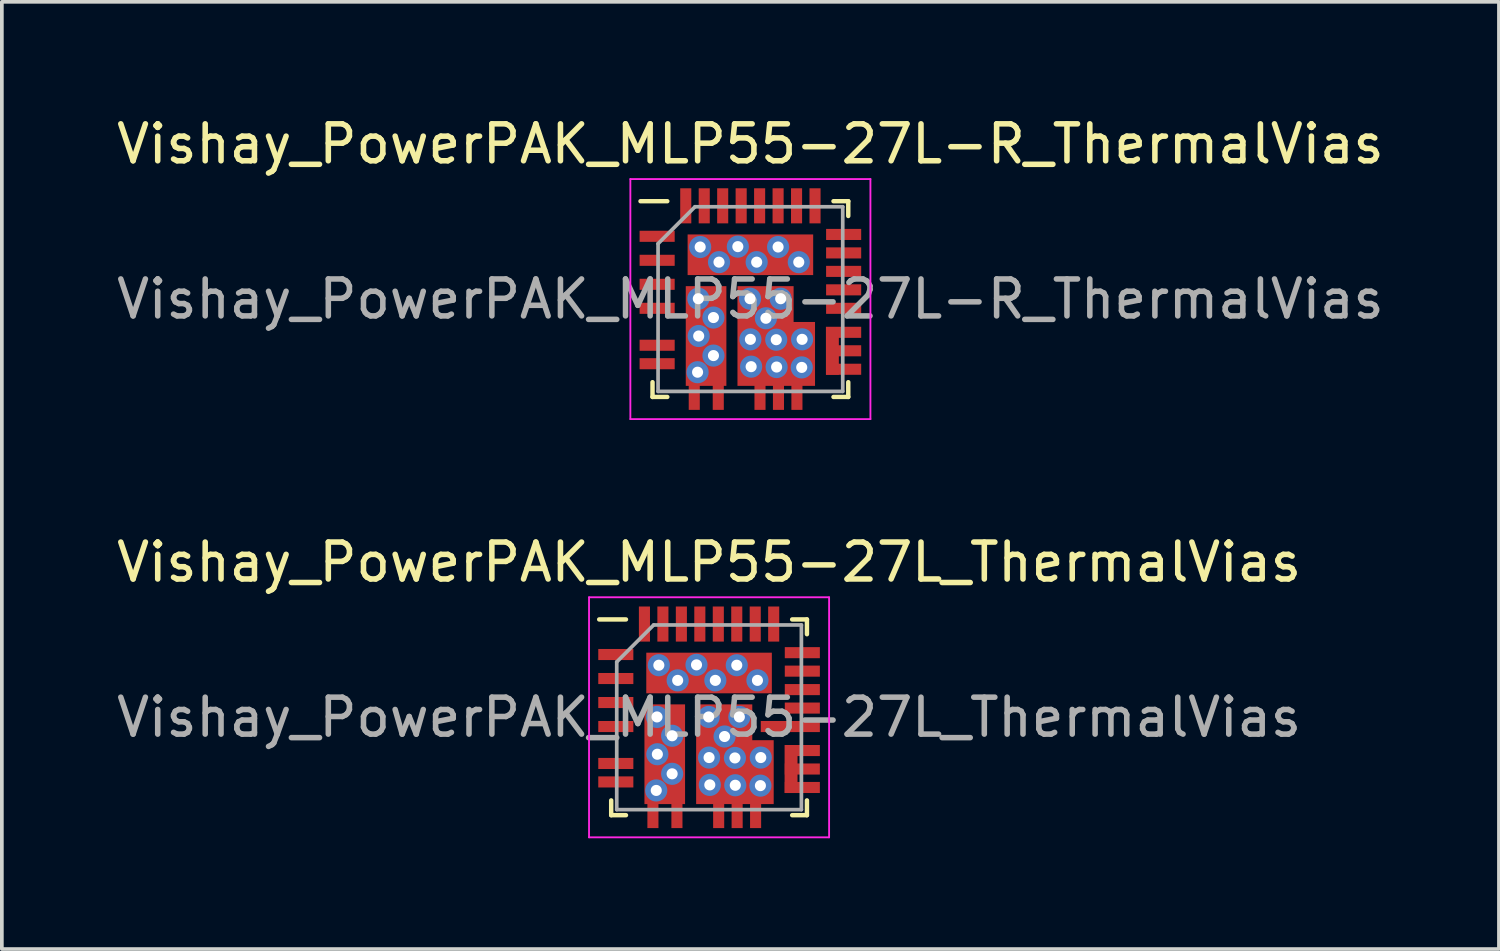
<source format=kicad_pcb>
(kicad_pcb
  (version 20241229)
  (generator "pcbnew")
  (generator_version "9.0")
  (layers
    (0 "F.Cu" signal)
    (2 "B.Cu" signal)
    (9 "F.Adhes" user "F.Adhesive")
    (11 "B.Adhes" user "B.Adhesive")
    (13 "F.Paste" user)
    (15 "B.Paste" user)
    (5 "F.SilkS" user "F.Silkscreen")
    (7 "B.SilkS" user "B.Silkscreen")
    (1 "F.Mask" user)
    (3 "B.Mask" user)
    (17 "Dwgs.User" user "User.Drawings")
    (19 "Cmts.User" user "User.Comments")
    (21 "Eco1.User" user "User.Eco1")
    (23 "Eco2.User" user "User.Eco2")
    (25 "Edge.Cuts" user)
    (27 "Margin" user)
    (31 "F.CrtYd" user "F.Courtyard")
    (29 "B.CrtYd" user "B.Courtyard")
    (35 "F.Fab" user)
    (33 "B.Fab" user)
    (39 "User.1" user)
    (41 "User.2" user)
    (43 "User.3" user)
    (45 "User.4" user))
  (footprint "Vishay_PowerPAK_MLP55-27L-R_ThermalVias"
    (layer "F.Cu")
    (at 17.268 5.048)
    (property "Reference" "Vishay_PowerPAK_MLP55-27L-R_ThermalVias" (at 0 -4.2 0) (layer "F.SilkS") (effects (font (size 1 1) (thickness 0.15))))
    (attr smd)
    (fp_line (start -2.65 2.65) (end -2.65 2.25) (stroke (width 0.12) (type solid)) (layer "F.SilkS"))
    (fp_line (start -2.25 -2.65) (end -2.975 -2.65) (stroke (width 0.12) (type solid)) (layer "F.SilkS"))
    (fp_line (start -2.25 2.65) (end -2.65 2.65) (stroke (width 0.12) (type solid)) (layer "F.SilkS"))
    (fp_line (start 2.25 -2.65) (end 2.65 -2.65) (stroke (width 0.12) (type solid)) (layer "F.SilkS"))
    (fp_line (start 2.25 2.65) (end 2.65 2.65) (stroke (width 0.12) (type solid)) (layer "F.SilkS"))
    (fp_line (start 2.65 -2.65) (end 2.65 -2.25) (stroke (width 0.12) (type solid)) (layer "F.SilkS"))
    (fp_line (start 2.65 2.65) (end 2.65 2.25) (stroke (width 0.12) (type solid)) (layer "F.SilkS"))
    (fp_line (start -3.25 -3.25) (end 3.25 -3.25) (stroke (width 0.05) (type solid)) (layer "F.CrtYd"))
    (fp_line (start -3.25 3.25) (end -3.25 -3.25) (stroke (width 0.05) (type solid)) (layer "F.CrtYd"))
    (fp_line (start 3.25 -3.25) (end 3.25 3.25) (stroke (width 0.05) (type solid)) (layer "F.CrtYd"))
    (fp_line (start 3.25 3.25) (end -3.25 3.25) (stroke (width 0.05) (type solid)) (layer "F.CrtYd"))
    (fp_line (start -2.5 -1.5) (end -2.5 2.5) (stroke (width 0.1) (type solid)) (layer "F.Fab"))
    (fp_line (start -2.5 2.5) (end 2.5 2.5) (stroke (width 0.1) (type solid)) (layer "F.Fab"))
    (fp_line (start -1.5 -2.5) (end -2.5 -1.5) (stroke (width 0.1) (type solid)) (layer "F.Fab"))
    (fp_line (start 2.5 -2.5) (end -1.5 -2.5) (stroke (width 0.1) (type solid)) (layer "F.Fab"))
    (fp_line (start 2.5 2.5) (end 2.5 -2.5) (stroke (width 0.1) (type solid)) (layer "F.Fab"))
    (fp_text user "${REFERENCE}" (at 0 0 0) (layer "F.Fab") (effects (font (size 1 1) (thickness 0.15))))
    (pad "1" smd rect (at -2.525 -1.7 90) (size 0.3 0.95) (layers "F.Cu" "F.Mask" "F.Paste"))
    (pad "2" smd rect (at -2.525 -1.05 90) (size 0.3 0.95) (layers "F.Cu" "F.Mask" "F.Paste"))
    (pad "3" smd rect (at -2.525 -0.4 90) (size 0.3 0.95) (layers "F.Cu" "F.Mask" "F.Paste"))
    (pad "4" smd rect (at -2.525 0.25 90) (size 0.3 0.95) (layers "F.Cu" "F.Mask" "F.Paste"))
    (pad "5" smd rect (at -2.525 1.25 90) (size 0.3 0.95) (layers "F.Cu" "F.Mask" "F.Paste"))
    (pad "6" smd rect (at -2.525 1.75 90) (size 0.3 0.95) (layers "F.Cu" "F.Mask" "F.Paste"))
    (pad "7" smd rect (at -1.52 2.525) (size 0.3 0.95) (layers "F.Cu" "F.Mask" "F.Paste"))
    (pad "8" smd rect (at -0.87 2.525) (size 0.3 0.95) (layers "F.Cu" "F.Mask" "F.Paste"))
    (pad "9" smd rect (at 0.26 2.525) (size 0.3 0.95) (layers "F.Cu" "F.Mask" "F.Paste"))
    (pad "10" smd rect (at 0.76 2.525) (size 0.3 0.95) (layers "F.Cu" "F.Mask" "F.Paste"))
    (pad "11" smd rect (at 1.26 2.525) (size 0.3 0.95) (layers "F.Cu" "F.Mask" "F.Paste"))
    (pad "12" smd rect (at 2.525 1.9 90) (size 0.3 0.95) (layers "F.Cu" "F.Mask" "F.Paste"))
    (pad "13" smd rect (at 2.525 1.4 90) (size 0.3 0.95) (layers "F.Cu" "F.Mask" "F.Paste"))
    (pad "14" smd custom (at 2.525 0.9 90) (size 0.3 0.95) (layers "F.Cu" "F.Mask" "F.Paste") (options (anchor rect)) (primitives (gr_poly (pts (xy 0.15 -0.48) (xy 0.15 -0.13) (xy -1.15 -0.13) (xy -1.15 -0.48)) (width 0) (fill yes))))
    (pad "15" smd rect (at 2.525 0.25 90) (size 0.3 0.95) (layers "F.Cu" "F.Mask" "F.Paste"))
    (pad "16" smd rect (at 2.525 -0.25 90) (size 0.3 0.95) (layers "F.Cu" "F.Mask" "F.Paste"))
    (pad "17" smd rect (at 2.525 -0.75 90) (size 0.3 0.95) (layers "F.Cu" "F.Mask" "F.Paste"))
    (pad "18" smd rect (at 2.525 -1.25 90) (size 0.3 0.95) (layers "F.Cu" "F.Mask" "F.Paste"))
    (pad "19" smd rect (at 2.525 -1.75 90) (size 0.3 0.95) (layers "F.Cu" "F.Mask" "F.Paste"))
    (pad "20" smd rect (at 1.75 -2.525) (size 0.3 0.95) (layers "F.Cu" "F.Mask" "F.Paste"))
    (pad "21" smd rect (at 1.25 -2.525) (size 0.3 0.95) (layers "F.Cu" "F.Mask" "F.Paste"))
    (pad "22" smd rect (at 0.75 -2.525) (size 0.3 0.95) (layers "F.Cu" "F.Mask" "F.Paste"))
    (pad "23" smd rect (at 0.25 -2.525) (size 0.3 0.95) (layers "F.Cu" "F.Mask" "F.Paste"))
    (pad "24" smd rect (at -0.25 -2.525) (size 0.3 0.95) (layers "F.Cu" "F.Mask" "F.Paste"))
    (pad "25" smd rect (at -0.75 -2.525) (size 0.3 0.95) (layers "F.Cu" "F.Mask" "F.Paste"))
    (pad "26" smd rect (at -1.25 -2.525) (size 0.3 0.95) (layers "F.Cu" "F.Mask" "F.Paste"))
    (pad "27" smd rect (at -1.75 -2.525) (size 0.3 0.95) (layers "F.Cu" "F.Mask" "F.Paste"))
    (pad "28" thru_hole circle (at -1.36 -1.41) (size 0.6 0.6) (drill 0.3) (layers "*.Cu" "*.Mask"))
    (pad "28" thru_hole circle (at -0.85 -1) (size 0.6 0.6) (drill 0.3) (layers "*.Cu" "*.Mask"))
    (pad "28" thru_hole circle (at -0.34 -1.42) (size 0.6 0.6) (drill 0.3) (layers "*.Cu" "*.Mask"))
    (pad "28" smd rect (at 0 -1.2 180) (size 3.4 1.1) (layers "F.Cu" "F.Mask" "F.Paste"))
    (pad "28" thru_hole circle (at 0.17 -1) (size 0.6 0.6) (drill 0.3) (layers "*.Cu" "*.Mask"))
    (pad "28" thru_hole circle (at 0.75 -1.41) (size 0.6 0.6) (drill 0.3) (layers "*.Cu" "*.Mask"))
    (pad "28" thru_hole circle (at 1.31 -1) (size 0.6 0.6) (drill 0.3) (layers "*.Cu" "*.Mask"))
    (pad "29" thru_hole circle (at -1.43 1.98) (size 0.6 0.6) (drill 0.3) (layers "*.Cu" "*.Mask"))
    (pad "29" thru_hole circle (at -1.41 -0.01) (size 0.6 0.6) (drill 0.3) (layers "*.Cu" "*.Mask"))
    (pad "29" thru_hole circle (at -1.4 1) (size 0.6 0.6) (drill 0.3) (layers "*.Cu" "*.Mask"))
    (pad "29" smd rect (at -1.2 1 180) (size 1.1 2.7) (layers "F.Cu" "F.Mask" "F.Paste"))
    (pad "29" thru_hole circle (at -1 0.5) (size 0.6 0.6) (drill 0.3) (layers "*.Cu" "*.Mask"))
    (pad "29" thru_hole circle (at -1 1.53) (size 0.6 0.6) (drill 0.3) (layers "*.Cu" "*.Mask"))
    (pad "30" smd custom (at -0.05 -0.05) (size 0.6 0.6) (layers "F.Cu" "F.Mask" "F.Paste") (options (anchor rect)) (primitives (gr_poly (pts (xy -0.3 -0.3) (xy 1.22 -0.3) (xy 1.22 0.67) (xy 1.8 0.67) (xy 1.8 2.4) (xy -0.3 2.4)) (width 0) (fill yes))))
    (pad "30" thru_hole circle (at -0.01 -0.01) (size 0.6 0.6) (drill 0.3) (layers "*.Cu" "*.Mask"))
    (pad "30" thru_hole circle (at 0 1.09) (size 0.6 0.6) (drill 0.3) (layers "*.Cu" "*.Mask"))
    (pad "30" thru_hole circle (at 0.02 1.83) (size 0.6 0.6) (drill 0.3) (layers "*.Cu" "*.Mask"))
    (pad "30" thru_hole circle (at 0.42 0.52) (size 0.6 0.6) (drill 0.3) (layers "*.Cu" "*.Mask"))
    (pad "30" thru_hole circle (at 0.7 1.1) (size 0.6 0.6) (drill 0.3) (layers "*.Cu" "*.Mask"))
    (pad "30" thru_hole circle (at 0.71 1.84) (size 0.6 0.6) (drill 0.3) (layers "*.Cu" "*.Mask"))
    (pad "30" thru_hole circle (at 0.82 -0.01) (size 0.6 0.6) (drill 0.3) (layers "*.Cu" "*.Mask"))
    (pad "30" thru_hole circle (at 1.39 1.85) (size 0.6 0.6) (drill 0.3) (layers "*.Cu" "*.Mask"))
    (pad "30" thru_hole circle (at 1.4 1.09) (size 0.6 0.6) (drill 0.3) (layers "*.Cu" "*.Mask")))
  (footprint "Vishay_PowerPAK_MLP55-27L_ThermalVias"
    (layer "F.Cu")
    (at 16.149 16.372)
    (property "Reference" "Vishay_PowerPAK_MLP55-27L_ThermalVias" (at 0 -4.2 0) (layer "F.SilkS") (effects (font (size 1 1) (thickness 0.15))))
    (attr smd)
    (fp_line (start -2.65 2.65) (end -2.65 2.25) (stroke (width 0.12) (type solid)) (layer "F.SilkS"))
    (fp_line (start -2.25 -2.65) (end -2.975 -2.65) (stroke (width 0.12) (type solid)) (layer "F.SilkS"))
    (fp_line (start -2.25 2.65) (end -2.65 2.65) (stroke (width 0.12) (type solid)) (layer "F.SilkS"))
    (fp_line (start 2.25 -2.65) (end 2.65 -2.65) (stroke (width 0.12) (type solid)) (layer "F.SilkS"))
    (fp_line (start 2.25 2.65) (end 2.65 2.65) (stroke (width 0.12) (type solid)) (layer "F.SilkS"))
    (fp_line (start 2.65 -2.65) (end 2.65 -2.25) (stroke (width 0.12) (type solid)) (layer "F.SilkS"))
    (fp_line (start 2.65 2.65) (end 2.65 2.25) (stroke (width 0.12) (type solid)) (layer "F.SilkS"))
    (fp_line (start -3.25 -3.25) (end 3.25 -3.25) (stroke (width 0.05) (type solid)) (layer "F.CrtYd"))
    (fp_line (start -3.25 3.25) (end -3.25 -3.25) (stroke (width 0.05) (type solid)) (layer "F.CrtYd"))
    (fp_line (start 3.25 -3.25) (end 3.25 3.25) (stroke (width 0.05) (type solid)) (layer "F.CrtYd"))
    (fp_line (start 3.25 3.25) (end -3.25 3.25) (stroke (width 0.05) (type solid)) (layer "F.CrtYd"))
    (fp_line (start -2.5 -1.5) (end -2.5 2.5) (stroke (width 0.1) (type solid)) (layer "F.Fab"))
    (fp_line (start -2.5 2.5) (end 2.5 2.5) (stroke (width 0.1) (type solid)) (layer "F.Fab"))
    (fp_line (start -1.5 -2.5) (end -2.5 -1.5) (stroke (width 0.1) (type solid)) (layer "F.Fab"))
    (fp_line (start 2.5 -2.5) (end -1.5 -2.5) (stroke (width 0.1) (type solid)) (layer "F.Fab"))
    (fp_line (start 2.5 2.5) (end 2.5 -2.5) (stroke (width 0.1) (type solid)) (layer "F.Fab"))
    (fp_text user "${REFERENCE}" (at 0 0 0) (layer "F.Fab") (effects (font (size 1 1) (thickness 0.15))))
    (pad "1" smd rect (at -2.525 -1.7 90) (size 0.3 0.95) (layers "F.Cu" "F.Mask" "F.Paste"))
    (pad "2" smd rect (at -2.525 -1.05 90) (size 0.3 0.95) (layers "F.Cu" "F.Mask" "F.Paste"))
    (pad "3" smd rect (at -2.525 -0.4 90) (size 0.3 0.95) (layers "F.Cu" "F.Mask" "F.Paste"))
    (pad "4" smd rect (at -2.525 0.25 90) (size 0.3 0.95) (layers "F.Cu" "F.Mask" "F.Paste"))
    (pad "5" smd rect (at -2.525 1.25 90) (size 0.3 0.95) (layers "F.Cu" "F.Mask" "F.Paste"))
    (pad "6" smd rect (at -2.525 1.75 90) (size 0.3 0.95) (layers "F.Cu" "F.Mask" "F.Paste"))
    (pad "7" smd rect (at -1.52 2.525) (size 0.3 0.95) (layers "F.Cu" "F.Mask" "F.Paste"))
    (pad "8" smd rect (at -0.87 2.525) (size 0.3 0.95) (layers "F.Cu" "F.Mask" "F.Paste"))
    (pad "9" smd rect (at 0.26 2.525) (size 0.3 0.95) (layers "F.Cu" "F.Mask" "F.Paste"))
    (pad "10" smd rect (at 0.76 2.525) (size 0.3 0.95) (layers "F.Cu" "F.Mask" "F.Paste"))
    (pad "11" smd rect (at 1.26 2.525) (size 0.3 0.95) (layers "F.Cu" "F.Mask" "F.Paste"))
    (pad "12" smd rect (at 2.525 1.9 90) (size 0.3 0.95) (layers "F.Cu" "F.Mask" "F.Paste"))
    (pad "13" smd rect (at 2.525 1.4 90) (size 0.3 0.95) (layers "F.Cu" "F.Mask" "F.Paste"))
    (pad "14" smd custom (at 2.525 0.9 90) (size 0.3 0.95) (layers "F.Cu" "F.Mask" "F.Paste") (options (anchor rect)) (primitives (gr_poly (pts (xy 0.15 -0.48) (xy 0.15 -0.13) (xy -1.15 -0.13) (xy -1.15 -0.48)) (width 0) (fill yes))))
    (pad "15" smd rect (at 2.2 0.25 90) (size 0.3 1.6) (layers "F.Cu" "F.Mask" "F.Paste"))
    (pad "16" smd rect (at 2.525 -0.25 90) (size 0.3 0.95) (layers "F.Cu" "F.Mask" "F.Paste"))
    (pad "17" smd rect (at 2.525 -0.75 90) (size 0.3 0.95) (layers "F.Cu" "F.Mask" "F.Paste"))
    (pad "18" smd rect (at 2.525 -1.25 90) (size 0.3 0.95) (layers "F.Cu" "F.Mask" "F.Paste"))
    (pad "19" smd rect (at 2.525 -1.75 90) (size 0.3 0.95) (layers "F.Cu" "F.Mask" "F.Paste"))
    (pad "20" smd rect (at 1.75 -2.525) (size 0.3 0.95) (layers "F.Cu" "F.Mask" "F.Paste"))
    (pad "21" smd rect (at 1.25 -2.525) (size 0.3 0.95) (layers "F.Cu" "F.Mask" "F.Paste"))
    (pad "22" smd rect (at 0.75 -2.525) (size 0.3 0.95) (layers "F.Cu" "F.Mask" "F.Paste"))
    (pad "23" smd rect (at 0.25 -2.525) (size 0.3 0.95) (layers "F.Cu" "F.Mask" "F.Paste"))
    (pad "24" smd rect (at -0.25 -2.525) (size 0.3 0.95) (layers "F.Cu" "F.Mask" "F.Paste"))
    (pad "25" smd rect (at -0.75 -2.525) (size 0.3 0.95) (layers "F.Cu" "F.Mask" "F.Paste"))
    (pad "26" smd rect (at -1.25 -2.525) (size 0.3 0.95) (layers "F.Cu" "F.Mask" "F.Paste"))
    (pad "27" smd rect (at -1.75 -2.525) (size 0.3 0.95) (layers "F.Cu" "F.Mask" "F.Paste"))
    (pad "28" thru_hole circle (at -1.36 -1.41) (size 0.6 0.6) (drill 0.3) (layers "*.Cu" "*.Mask"))
    (pad "28" thru_hole circle (at -0.85 -1) (size 0.6 0.6) (drill 0.3) (layers "*.Cu" "*.Mask"))
    (pad "28" thru_hole circle (at -0.34 -1.42) (size 0.6 0.6) (drill 0.3) (layers "*.Cu" "*.Mask"))
    (pad "28" smd rect (at 0 -1.2 180) (size 3.4 1.1) (layers "F.Cu" "F.Mask" "F.Paste"))
    (pad "28" thru_hole circle (at 0.17 -1) (size 0.6 0.6) (drill 0.3) (layers "*.Cu" "*.Mask"))
    (pad "28" thru_hole circle (at 0.75 -1.41) (size 0.6 0.6) (drill 0.3) (layers "*.Cu" "*.Mask"))
    (pad "28" thru_hole circle (at 1.31 -1) (size 0.6 0.6) (drill 0.3) (layers "*.Cu" "*.Mask"))
    (pad "29" thru_hole circle (at -1.43 1.98) (size 0.6 0.6) (drill 0.3) (layers "*.Cu" "*.Mask"))
    (pad "29" thru_hole circle (at -1.41 -0.01) (size 0.6 0.6) (drill 0.3) (layers "*.Cu" "*.Mask"))
    (pad "29" thru_hole circle (at -1.4 1) (size 0.6 0.6) (drill 0.3) (layers "*.Cu" "*.Mask"))
    (pad "29" smd rect (at -1.2 1 180) (size 1.1 2.7) (layers "F.Cu" "F.Mask" "F.Paste"))
    (pad "29" thru_hole circle (at -1 0.5) (size 0.6 0.6) (drill 0.3) (layers "*.Cu" "*.Mask"))
    (pad "29" thru_hole circle (at -1 1.53) (size 0.6 0.6) (drill 0.3) (layers "*.Cu" "*.Mask"))
    (pad "30" smd custom (at -0.05 -0.05) (size 0.6 0.6) (layers "F.Cu" "F.Mask" "F.Paste") (options (anchor rect)) (primitives (gr_poly (pts (xy -0.3 -0.3) (xy 1.22 -0.3) (xy 1.22 0.67) (xy 1.8 0.67) (xy 1.8 2.4) (xy -0.3 2.4)) (width 0) (fill yes))))
    (pad "30" thru_hole circle (at -0.01 -0.01) (size 0.6 0.6) (drill 0.3) (layers "*.Cu" "*.Mask"))
    (pad "30" thru_hole circle (at 0 1.09) (size 0.6 0.6) (drill 0.3) (layers "*.Cu" "*.Mask"))
    (pad "30" thru_hole circle (at 0.02 1.83) (size 0.6 0.6) (drill 0.3) (layers "*.Cu" "*.Mask"))
    (pad "30" thru_hole circle (at 0.42 0.52) (size 0.6 0.6) (drill 0.3) (layers "*.Cu" "*.Mask"))
    (pad "30" thru_hole circle (at 0.7 1.1) (size 0.6 0.6) (drill 0.3) (layers "*.Cu" "*.Mask"))
    (pad "30" thru_hole circle (at 0.71 1.84) (size 0.6 0.6) (drill 0.3) (layers "*.Cu" "*.Mask"))
    (pad "30" thru_hole circle (at 0.82 -0.01) (size 0.6 0.6) (drill 0.3) (layers "*.Cu" "*.Mask"))
    (pad "30" thru_hole circle (at 1.39 1.85) (size 0.6 0.6) (drill 0.3) (layers "*.Cu" "*.Mask"))
    (pad "30" thru_hole circle (at 1.4 1.09) (size 0.6 0.6) (drill 0.3) (layers "*.Cu" "*.Mask")))
  (gr_rect
    (start -3 -3)
    (end 37.536 22.646)
    (stroke (width 0.1) (type default))
    (fill no)
    (layer "Edge.Cuts")))
</source>
